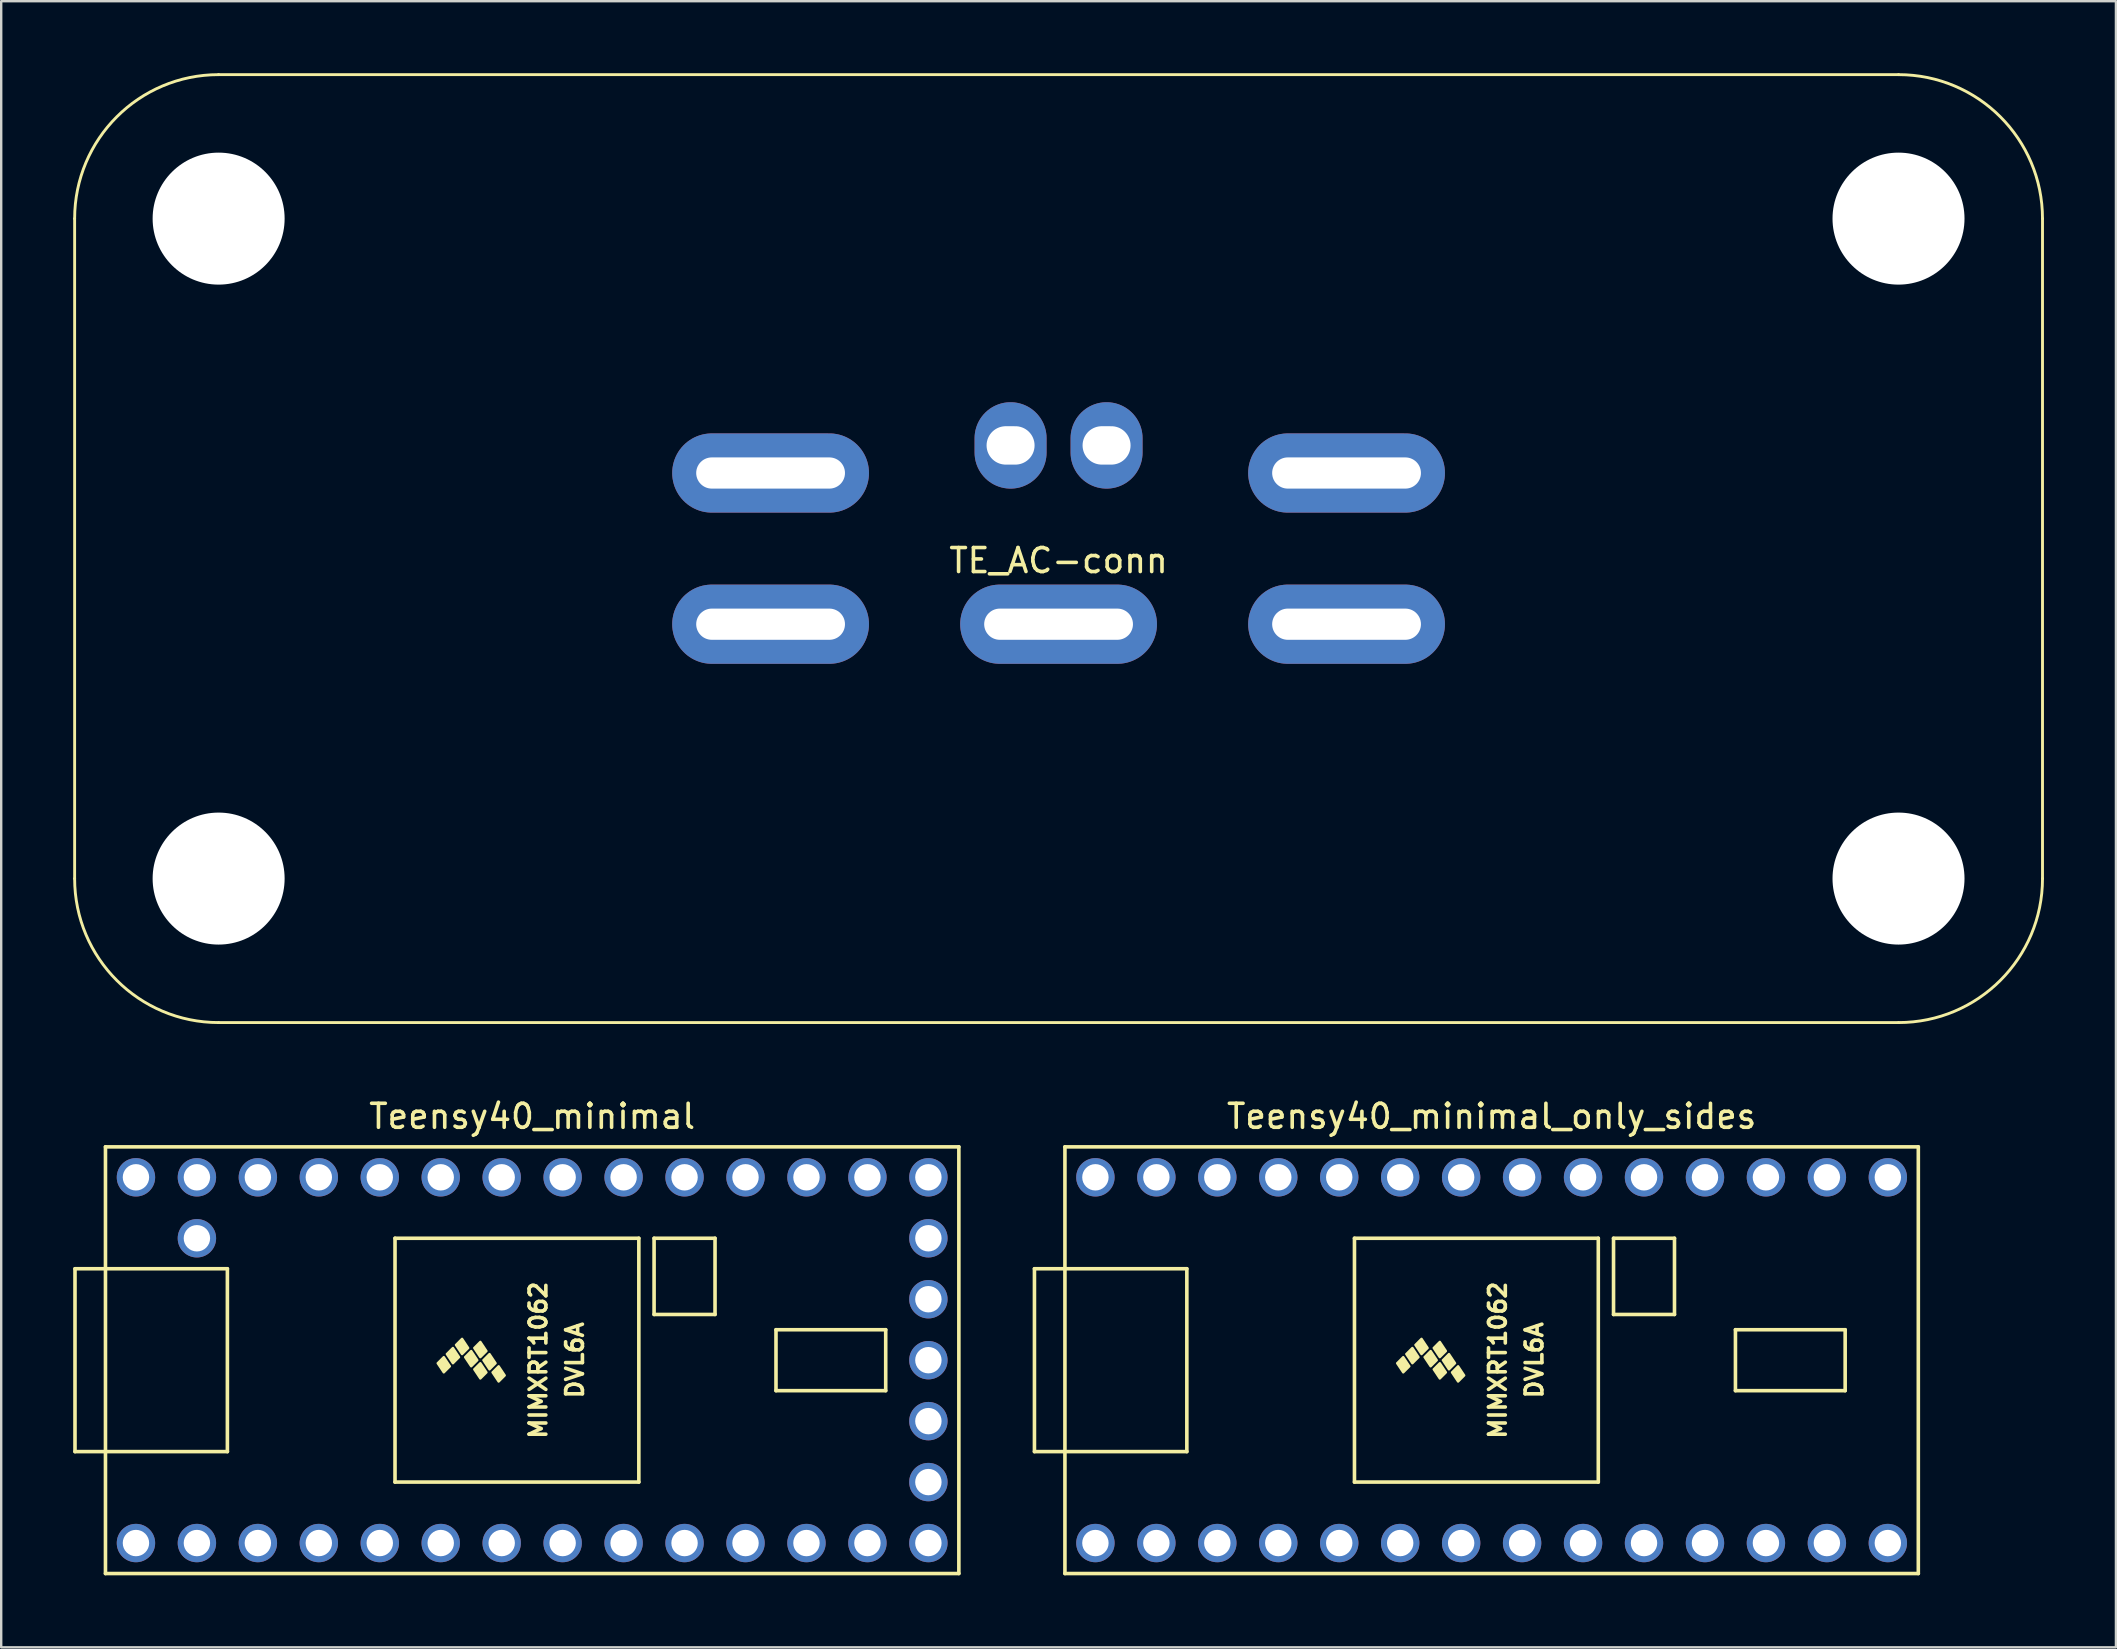
<source format=kicad_pcb>
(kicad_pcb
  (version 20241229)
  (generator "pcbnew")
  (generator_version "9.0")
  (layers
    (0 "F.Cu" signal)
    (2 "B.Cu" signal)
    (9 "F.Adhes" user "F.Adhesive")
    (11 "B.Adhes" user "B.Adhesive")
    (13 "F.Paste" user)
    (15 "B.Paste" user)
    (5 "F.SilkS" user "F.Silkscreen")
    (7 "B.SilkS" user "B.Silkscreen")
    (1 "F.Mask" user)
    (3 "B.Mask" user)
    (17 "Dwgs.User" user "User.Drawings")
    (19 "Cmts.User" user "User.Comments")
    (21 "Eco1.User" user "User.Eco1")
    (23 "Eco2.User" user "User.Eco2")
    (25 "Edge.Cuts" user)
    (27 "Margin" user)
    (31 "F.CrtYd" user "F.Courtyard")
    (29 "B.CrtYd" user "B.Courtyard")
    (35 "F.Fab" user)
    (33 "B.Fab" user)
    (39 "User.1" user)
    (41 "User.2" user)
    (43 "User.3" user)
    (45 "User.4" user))
  (footprint "TE_AC-conn"
    (layer "F.Cu")
    (at 41.06 19.81)
    (property "Reference" "TE_AC-conn" (at 0 0.5 0) (layer "F.SilkS") (effects (font (size 1 1) (thickness 0.15))))
    (attr through_hole)
    (fp_line (start -41 13.75) (end -41 -13.75) (stroke (width 0.12) (type solid)) (layer "F.SilkS"))
    (fp_line (start -35 -19.75) (end 35 -19.75) (stroke (width 0.12) (type solid)) (layer "F.SilkS"))
    (fp_line (start -35 19.75) (end 35 19.75) (stroke (width 0.12) (type solid)) (layer "F.SilkS"))
    (fp_line (start 41 13.75) (end 41 -13.75) (stroke (width 0.12) (type solid)) (layer "F.SilkS"))
    (fp_arc (start -41 -13.75) (mid -39.242641 -17.992641) (end -35 -19.75) (stroke (width 0.12) (type solid)) (layer "F.SilkS"))
    (fp_arc (start -35 19.75) (mid -39.242641 17.992641) (end -41 13.75) (stroke (width 0.12) (type solid)) (layer "F.SilkS"))
    (fp_arc (start 35 -19.75) (mid 39.242641 -17.992641) (end 41 -13.75) (stroke (width 0.12) (type solid)) (layer "F.SilkS"))
    (fp_arc (start 41 13.75) (mid 39.242641 17.992641) (end 35 19.75) (stroke (width 0.12) (type solid)) (layer "F.SilkS"))
    (pad "" np_thru_hole circle (at -35 -13.75) (size 5.5 5.5) (drill 5.5) (layers "*.Cu" "*.Mask"))
    (pad "" np_thru_hole circle (at -35 13.75) (size 5.5 5.5) (drill 5.5) (layers "*.Cu" "*.Mask"))
    (pad "" np_thru_hole circle (at 35 -13.75) (size 5.5 5.5) (drill 5.5) (layers "*.Cu" "*.Mask"))
    (pad "" np_thru_hole circle (at 35 13.75) (size 5.5 5.5) (drill 5.5) (layers "*.Cu" "*.Mask"))
    (pad "1" thru_hole oval (at 12 -3.15) (size 8.2 3.3) (drill oval 6.2 1.3) (layers "*.Cu" "*.Mask"))
    (pad "2" thru_hole oval (at 12 3.15) (size 8.2 3.3) (drill oval 6.2 1.3) (layers "*.Cu" "*.Mask"))
    (pad "3" thru_hole oval (at 0 3.15) (size 8.2 3.3) (drill oval 6.2 1.3) (layers "*.Cu" "*.Mask"))
    (pad "4" thru_hole oval (at -12 3.15) (size 8.2 3.3) (drill oval 6.2 1.3) (layers "*.Cu" "*.Mask"))
    (pad "5" thru_hole oval (at -12 -3.15) (size 8.2 3.3) (drill oval 6.2 1.3) (layers "*.Cu" "*.Mask"))
    (pad "6" thru_hole oval (at -2 -4.3) (size 3 3.6) (drill oval 2 1.6) (layers "*.Cu" "*.Mask"))
    (pad "7" thru_hole oval (at 2 -4.3) (size 3 3.6) (drill oval 2 1.6) (layers "*.Cu" "*.Mask")))
  (footprint "Teensy40_minimal_only_sides"
    (layer "F.Cu")
    (at 59.105 53.628)
    (property "Reference" "Teensy40_minimal_only_sides" (at 0 -10.16 0) (layer "F.SilkS") (effects (font (size 1 1) (thickness 0.15))))
    (attr through_hole)
    (fp_line (start -19.05 -3.81) (end -17.78 -3.81) (stroke (width 0.15) (type solid)) (layer "F.SilkS"))
    (fp_line (start -19.05 3.81) (end -19.05 -3.81) (stroke (width 0.15) (type solid)) (layer "F.SilkS"))
    (fp_line (start -17.78 -8.89) (end 17.78 -8.89) (stroke (width 0.15) (type solid)) (layer "F.SilkS"))
    (fp_line (start -17.78 3.81) (end -19.05 3.81) (stroke (width 0.15) (type solid)) (layer "F.SilkS"))
    (fp_line (start -17.78 8.89) (end -17.78 -8.89) (stroke (width 0.15) (type solid)) (layer "F.SilkS"))
    (fp_line (start -12.7 -3.81) (end -17.78 -3.81) (stroke (width 0.15) (type solid)) (layer "F.SilkS"))
    (fp_line (start -12.7 3.81) (end -17.78 3.81) (stroke (width 0.15) (type solid)) (layer "F.SilkS"))
    (fp_line (start -12.7 3.81) (end -12.7 -3.81) (stroke (width 0.15) (type solid)) (layer "F.SilkS"))
    (fp_line (start -5.715 -5.08) (end -5.715 5.08) (stroke (width 0.15) (type solid)) (layer "F.SilkS"))
    (fp_line (start 4.445 -5.08) (end -5.715 -5.08) (stroke (width 0.15) (type solid)) (layer "F.SilkS"))
    (fp_line (start 4.445 5.08) (end -5.715 5.08) (stroke (width 0.15) (type solid)) (layer "F.SilkS"))
    (fp_line (start 4.445 5.08) (end 4.445 -5.08) (stroke (width 0.15) (type solid)) (layer "F.SilkS"))
    (fp_line (start 5.08 -5.08) (end 7.62 -5.08) (stroke (width 0.15) (type solid)) (layer "F.SilkS"))
    (fp_line (start 5.08 -1.905) (end 5.08 -5.08) (stroke (width 0.15) (type solid)) (layer "F.SilkS"))
    (fp_line (start 7.62 -5.08) (end 7.62 -1.905) (stroke (width 0.15) (type solid)) (layer "F.SilkS"))
    (fp_line (start 7.62 -1.905) (end 5.08 -1.905) (stroke (width 0.15) (type solid)) (layer "F.SilkS"))
    (fp_line (start 10.16 -1.27) (end 14.732 -1.27) (stroke (width 0.15) (type solid)) (layer "F.SilkS"))
    (fp_line (start 10.16 1.27) (end 10.16 -1.27) (stroke (width 0.15) (type solid)) (layer "F.SilkS"))
    (fp_line (start 14.732 -1.27) (end 14.732 1.27) (stroke (width 0.15) (type solid)) (layer "F.SilkS"))
    (fp_line (start 14.732 1.27) (end 10.16 1.27) (stroke (width 0.15) (type solid)) (layer "F.SilkS"))
    (fp_line (start 17.78 -8.89) (end 17.78 8.89) (stroke (width 0.15) (type solid)) (layer "F.SilkS"))
    (fp_line (start 17.78 8.89) (end -17.78 8.89) (stroke (width 0.15) (type solid)) (layer "F.SilkS"))
    (fp_poly (pts (xy -3.937 0.127) (xy -3.683 -0.127) (xy -3.429 0.254) (xy -3.683 0.508)) (stroke (width 0.1) (type solid)) (fill yes) (layer "F.SilkS"))
    (fp_poly (pts (xy -3.556 -0.254) (xy -3.302 -0.508) (xy -3.048 -0.127) (xy -3.302 0.127)) (stroke (width 0.1) (type solid)) (fill yes) (layer "F.SilkS"))
    (fp_poly (pts (xy -3.175 -0.635) (xy -2.921 -0.889) (xy -2.667 -0.508) (xy -2.921 -0.254)) (stroke (width 0.1) (type solid)) (fill yes) (layer "F.SilkS"))
    (fp_poly (pts (xy -2.794 -0.127) (xy -2.54 -0.381) (xy -2.286 0) (xy -2.54 0.254)) (stroke (width 0.1) (type solid)) (fill yes) (layer "F.SilkS"))
    (fp_poly (pts (xy -2.413 -0.508) (xy -2.159 -0.762) (xy -1.905 -0.381) (xy -2.159 -0.127)) (stroke (width 0.1) (type solid)) (fill yes) (layer "F.SilkS"))
    (fp_poly (pts (xy -2.413 0.381) (xy -2.159 0.127) (xy -1.905 0.508) (xy -2.159 0.762)) (stroke (width 0.1) (type solid)) (fill yes) (layer "F.SilkS"))
    (fp_poly (pts (xy -2.032 0) (xy -1.778 -0.254) (xy -1.524 0.127) (xy -1.778 0.381)) (stroke (width 0.1) (type solid)) (fill yes) (layer "F.SilkS"))
    (fp_poly (pts (xy -1.651 0.508) (xy -1.397 0.254) (xy -1.143 0.635) (xy -1.397 0.889)) (stroke (width 0.1) (type solid)) (fill yes) (layer "F.SilkS"))
    (fp_text user "DVL6A" (at 1.778 0 90) (layer "F.SilkS") (effects (font (size 0.7 0.7) (thickness 0.15))))
    (fp_text user "MIMXRT1062" (at 0.254 0 90) (layer "F.SilkS") (effects (font (size 0.7 0.7) (thickness 0.15))))
    (pad "1" thru_hole circle (at -16.51 7.62) (size 1.6 1.6) (drill 1.1) (layers "*.Cu" "*.Mask"))
    (pad "2" thru_hole circle (at -13.97 7.62) (size 1.6 1.6) (drill 1.1) (layers "*.Cu" "*.Mask"))
    (pad "3" thru_hole circle (at -11.43 7.62) (size 1.6 1.6) (drill 1.1) (layers "*.Cu" "*.Mask"))
    (pad "4" thru_hole circle (at -8.89 7.62) (size 1.6 1.6) (drill 1.1) (layers "*.Cu" "*.Mask"))
    (pad "5" thru_hole circle (at -6.35 7.62) (size 1.6 1.6) (drill 1.1) (layers "*.Cu" "*.Mask"))
    (pad "6" thru_hole circle (at -3.81 7.62) (size 1.6 1.6) (drill 1.1) (layers "*.Cu" "*.Mask"))
    (pad "7" thru_hole circle (at -1.27 7.62) (size 1.6 1.6) (drill 1.1) (layers "*.Cu" "*.Mask"))
    (pad "8" thru_hole circle (at 1.27 7.62) (size 1.6 1.6) (drill 1.1) (layers "*.Cu" "*.Mask"))
    (pad "9" thru_hole circle (at 3.81 7.62) (size 1.6 1.6) (drill 1.1) (layers "*.Cu" "*.Mask"))
    (pad "10" thru_hole circle (at 6.35 7.62) (size 1.6 1.6) (drill 1.1) (layers "*.Cu" "*.Mask"))
    (pad "11" thru_hole circle (at 8.89 7.62) (size 1.6 1.6) (drill 1.1) (layers "*.Cu" "*.Mask"))
    (pad "12" thru_hole circle (at 11.43 7.62) (size 1.6 1.6) (drill 1.1) (layers "*.Cu" "*.Mask"))
    (pad "13" thru_hole circle (at 13.97 7.62) (size 1.6 1.6) (drill 1.1) (layers "*.Cu" "*.Mask"))
    (pad "14" thru_hole circle (at 16.51 7.62) (size 1.6 1.6) (drill 1.1) (layers "*.Cu" "*.Mask"))
    (pad "20" thru_hole circle (at 16.51 -7.62) (size 1.6 1.6) (drill 1.1) (layers "*.Cu" "*.Mask"))
    (pad "21" thru_hole circle (at 13.97 -7.62) (size 1.6 1.6) (drill 1.1) (layers "*.Cu" "*.Mask"))
    (pad "22" thru_hole circle (at 11.43 -7.62) (size 1.6 1.6) (drill 1.1) (layers "*.Cu" "*.Mask"))
    (pad "23" thru_hole circle (at 8.89 -7.62) (size 1.6 1.6) (drill 1.1) (layers "*.Cu" "*.Mask"))
    (pad "24" thru_hole circle (at 6.35 -7.62) (size 1.6 1.6) (drill 1.1) (layers "*.Cu" "*.Mask"))
    (pad "25" thru_hole circle (at 3.81 -7.62) (size 1.6 1.6) (drill 1.1) (layers "*.Cu" "*.Mask"))
    (pad "26" thru_hole circle (at 1.27 -7.62) (size 1.6 1.6) (drill 1.1) (layers "*.Cu" "*.Mask"))
    (pad "27" thru_hole circle (at -1.27 -7.62) (size 1.6 1.6) (drill 1.1) (layers "*.Cu" "*.Mask"))
    (pad "28" thru_hole circle (at -3.81 -7.62) (size 1.6 1.6) (drill 1.1) (layers "*.Cu" "*.Mask"))
    (pad "29" thru_hole circle (at -6.35 -7.62) (size 1.6 1.6) (drill 1.1) (layers "*.Cu" "*.Mask"))
    (pad "30" thru_hole circle (at -8.89 -7.62) (size 1.6 1.6) (drill 1.1) (layers "*.Cu" "*.Mask"))
    (pad "31" thru_hole circle (at -11.43 -7.62) (size 1.6 1.6) (drill 1.1) (layers "*.Cu" "*.Mask"))
    (pad "32" thru_hole circle (at -13.97 -7.62) (size 1.6 1.6) (drill 1.1) (layers "*.Cu" "*.Mask"))
    (pad "33" thru_hole circle (at -16.51 -7.62) (size 1.6 1.6) (drill 1.1) (layers "*.Cu" "*.Mask")))
  (footprint "Teensy40_minimal"
    (layer "F.Cu")
    (at 19.125 53.628)
    (property "Reference" "Teensy40_minimal" (at 0 -10.16 0) (layer "F.SilkS") (effects (font (size 1 1) (thickness 0.15))))
    (attr through_hole)
    (fp_line (start -19.05 -3.81) (end -17.78 -3.81) (stroke (width 0.15) (type solid)) (layer "F.SilkS"))
    (fp_line (start -19.05 3.81) (end -19.05 -3.81) (stroke (width 0.15) (type solid)) (layer "F.SilkS"))
    (fp_line (start -17.78 -8.89) (end 17.78 -8.89) (stroke (width 0.15) (type solid)) (layer "F.SilkS"))
    (fp_line (start -17.78 3.81) (end -19.05 3.81) (stroke (width 0.15) (type solid)) (layer "F.SilkS"))
    (fp_line (start -17.78 8.89) (end -17.78 -8.89) (stroke (width 0.15) (type solid)) (layer "F.SilkS"))
    (fp_line (start -12.7 -3.81) (end -17.78 -3.81) (stroke (width 0.15) (type solid)) (layer "F.SilkS"))
    (fp_line (start -12.7 3.81) (end -17.78 3.81) (stroke (width 0.15) (type solid)) (layer "F.SilkS"))
    (fp_line (start -12.7 3.81) (end -12.7 -3.81) (stroke (width 0.15) (type solid)) (layer "F.SilkS"))
    (fp_line (start -5.715 -5.08) (end -5.715 5.08) (stroke (width 0.15) (type solid)) (layer "F.SilkS"))
    (fp_line (start 4.445 -5.08) (end -5.715 -5.08) (stroke (width 0.15) (type solid)) (layer "F.SilkS"))
    (fp_line (start 4.445 5.08) (end -5.715 5.08) (stroke (width 0.15) (type solid)) (layer "F.SilkS"))
    (fp_line (start 4.445 5.08) (end 4.445 -5.08) (stroke (width 0.15) (type solid)) (layer "F.SilkS"))
    (fp_line (start 5.08 -5.08) (end 7.62 -5.08) (stroke (width 0.15) (type solid)) (layer "F.SilkS"))
    (fp_line (start 5.08 -1.905) (end 5.08 -5.08) (stroke (width 0.15) (type solid)) (layer "F.SilkS"))
    (fp_line (start 7.62 -5.08) (end 7.62 -1.905) (stroke (width 0.15) (type solid)) (layer "F.SilkS"))
    (fp_line (start 7.62 -1.905) (end 5.08 -1.905) (stroke (width 0.15) (type solid)) (layer "F.SilkS"))
    (fp_line (start 10.16 -1.27) (end 14.732 -1.27) (stroke (width 0.15) (type solid)) (layer "F.SilkS"))
    (fp_line (start 10.16 1.27) (end 10.16 -1.27) (stroke (width 0.15) (type solid)) (layer "F.SilkS"))
    (fp_line (start 14.732 -1.27) (end 14.732 1.27) (stroke (width 0.15) (type solid)) (layer "F.SilkS"))
    (fp_line (start 14.732 1.27) (end 10.16 1.27) (stroke (width 0.15) (type solid)) (layer "F.SilkS"))
    (fp_line (start 17.78 -8.89) (end 17.78 8.89) (stroke (width 0.15) (type solid)) (layer "F.SilkS"))
    (fp_line (start 17.78 8.89) (end -17.78 8.89) (stroke (width 0.15) (type solid)) (layer "F.SilkS"))
    (fp_poly (pts (xy -3.937 0.127) (xy -3.683 -0.127) (xy -3.429 0.254) (xy -3.683 0.508)) (stroke (width 0.1) (type solid)) (fill yes) (layer "F.SilkS"))
    (fp_poly (pts (xy -3.556 -0.254) (xy -3.302 -0.508) (xy -3.048 -0.127) (xy -3.302 0.127)) (stroke (width 0.1) (type solid)) (fill yes) (layer "F.SilkS"))
    (fp_poly (pts (xy -3.175 -0.635) (xy -2.921 -0.889) (xy -2.667 -0.508) (xy -2.921 -0.254)) (stroke (width 0.1) (type solid)) (fill yes) (layer "F.SilkS"))
    (fp_poly (pts (xy -2.794 -0.127) (xy -2.54 -0.381) (xy -2.286 0) (xy -2.54 0.254)) (stroke (width 0.1) (type solid)) (fill yes) (layer "F.SilkS"))
    (fp_poly (pts (xy -2.413 -0.508) (xy -2.159 -0.762) (xy -1.905 -0.381) (xy -2.159 -0.127)) (stroke (width 0.1) (type solid)) (fill yes) (layer "F.SilkS"))
    (fp_poly (pts (xy -2.413 0.381) (xy -2.159 0.127) (xy -1.905 0.508) (xy -2.159 0.762)) (stroke (width 0.1) (type solid)) (fill yes) (layer "F.SilkS"))
    (fp_poly (pts (xy -2.032 0) (xy -1.778 -0.254) (xy -1.524 0.127) (xy -1.778 0.381)) (stroke (width 0.1) (type solid)) (fill yes) (layer "F.SilkS"))
    (fp_poly (pts (xy -1.651 0.508) (xy -1.397 0.254) (xy -1.143 0.635) (xy -1.397 0.889)) (stroke (width 0.1) (type solid)) (fill yes) (layer "F.SilkS"))
    (fp_text user "MIMXRT1062" (at 0.254 0 90) (layer "F.SilkS") (effects (font (size 0.7 0.7) (thickness 0.15))))
    (fp_text user "DVL6A" (at 1.778 0 90) (layer "F.SilkS") (effects (font (size 0.7 0.7) (thickness 0.15))))
    (pad "1" thru_hole circle (at -16.51 7.62) (size 1.6 1.6) (drill 1.1) (layers "*.Cu" "*.Mask"))
    (pad "2" thru_hole circle (at -13.97 7.62) (size 1.6 1.6) (drill 1.1) (layers "*.Cu" "*.Mask"))
    (pad "3" thru_hole circle (at -11.43 7.62) (size 1.6 1.6) (drill 1.1) (layers "*.Cu" "*.Mask"))
    (pad "4" thru_hole circle (at -8.89 7.62) (size 1.6 1.6) (drill 1.1) (layers "*.Cu" "*.Mask"))
    (pad "5" thru_hole circle (at -6.35 7.62) (size 1.6 1.6) (drill 1.1) (layers "*.Cu" "*.Mask"))
    (pad "6" thru_hole circle (at -3.81 7.62) (size 1.6 1.6) (drill 1.1) (layers "*.Cu" "*.Mask"))
    (pad "7" thru_hole circle (at -1.27 7.62) (size 1.6 1.6) (drill 1.1) (layers "*.Cu" "*.Mask"))
    (pad "8" thru_hole circle (at 1.27 7.62) (size 1.6 1.6) (drill 1.1) (layers "*.Cu" "*.Mask"))
    (pad "9" thru_hole circle (at 3.81 7.62) (size 1.6 1.6) (drill 1.1) (layers "*.Cu" "*.Mask"))
    (pad "10" thru_hole circle (at 6.35 7.62) (size 1.6 1.6) (drill 1.1) (layers "*.Cu" "*.Mask"))
    (pad "11" thru_hole circle (at 8.89 7.62) (size 1.6 1.6) (drill 1.1) (layers "*.Cu" "*.Mask"))
    (pad "12" thru_hole circle (at 11.43 7.62) (size 1.6 1.6) (drill 1.1) (layers "*.Cu" "*.Mask"))
    (pad "13" thru_hole circle (at 13.97 7.62) (size 1.6 1.6) (drill 1.1) (layers "*.Cu" "*.Mask"))
    (pad "14" thru_hole circle (at 16.51 7.62) (size 1.6 1.6) (drill 1.1) (layers "*.Cu" "*.Mask"))
    (pad "15" thru_hole circle (at 16.51 5.08) (size 1.6 1.6) (drill 1.1) (layers "*.Cu" "*.Mask"))
    (pad "16" thru_hole circle (at 16.51 2.54) (size 1.6 1.6) (drill 1.1) (layers "*.Cu" "*.Mask"))
    (pad "17" thru_hole circle (at 16.51 0) (size 1.6 1.6) (drill 1.1) (layers "*.Cu" "*.Mask"))
    (pad "18" thru_hole circle (at 16.51 -2.54) (size 1.6 1.6) (drill 1.1) (layers "*.Cu" "*.Mask"))
    (pad "19" thru_hole circle (at 16.51 -5.08) (size 1.6 1.6) (drill 1.1) (layers "*.Cu" "*.Mask"))
    (pad "20" thru_hole circle (at 16.51 -7.62) (size 1.6 1.6) (drill 1.1) (layers "*.Cu" "*.Mask"))
    (pad "21" thru_hole circle (at 13.97 -7.62) (size 1.6 1.6) (drill 1.1) (layers "*.Cu" "*.Mask"))
    (pad "22" thru_hole circle (at 11.43 -7.62) (size 1.6 1.6) (drill 1.1) (layers "*.Cu" "*.Mask"))
    (pad "23" thru_hole circle (at 8.89 -7.62) (size 1.6 1.6) (drill 1.1) (layers "*.Cu" "*.Mask"))
    (pad "24" thru_hole circle (at 6.35 -7.62) (size 1.6 1.6) (drill 1.1) (layers "*.Cu" "*.Mask"))
    (pad "25" thru_hole circle (at 3.81 -7.62) (size 1.6 1.6) (drill 1.1) (layers "*.Cu" "*.Mask"))
    (pad "26" thru_hole circle (at 1.27 -7.62) (size 1.6 1.6) (drill 1.1) (layers "*.Cu" "*.Mask"))
    (pad "27" thru_hole circle (at -1.27 -7.62) (size 1.6 1.6) (drill 1.1) (layers "*.Cu" "*.Mask"))
    (pad "28" thru_hole circle (at -3.81 -7.62) (size 1.6 1.6) (drill 1.1) (layers "*.Cu" "*.Mask"))
    (pad "29" thru_hole circle (at -6.35 -7.62) (size 1.6 1.6) (drill 1.1) (layers "*.Cu" "*.Mask"))
    (pad "30" thru_hole circle (at -8.89 -7.62) (size 1.6 1.6) (drill 1.1) (layers "*.Cu" "*.Mask"))
    (pad "31" thru_hole circle (at -11.43 -7.62) (size 1.6 1.6) (drill 1.1) (layers "*.Cu" "*.Mask"))
    (pad "32" thru_hole circle (at -13.97 -7.62) (size 1.6 1.6) (drill 1.1) (layers "*.Cu" "*.Mask"))
    (pad "33" thru_hole circle (at -16.51 -7.62) (size 1.6 1.6) (drill 1.1) (layers "*.Cu" "*.Mask"))
    (pad "34" thru_hole circle (at -13.97 -5.08) (size 1.6 1.6) (drill 1.1) (layers "*.Cu" "*.Mask")))
  (gr_rect
    (start -3 -3)
    (end 85.12 65.593)
    (stroke (width 0.1) (type default))
    (fill no)
    (layer "Edge.Cuts")))
</source>
